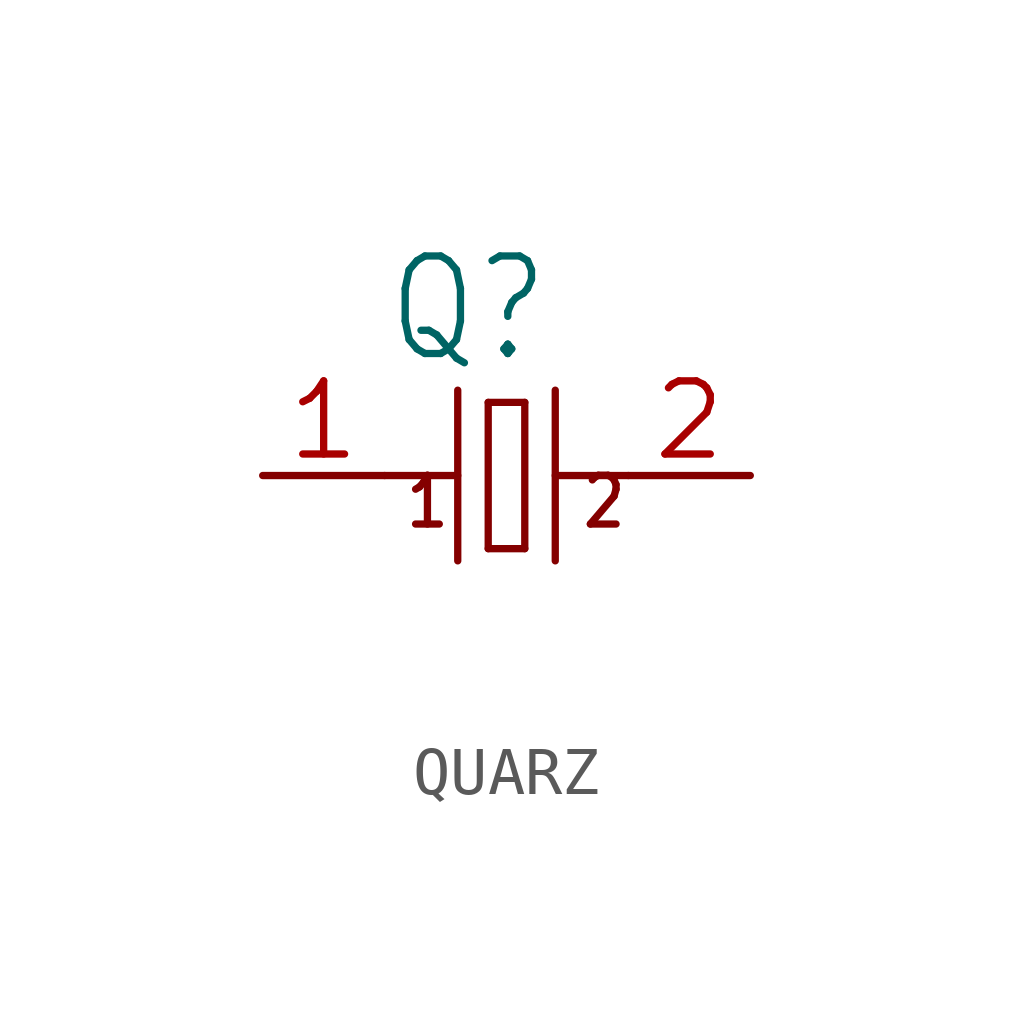
<source format=kicad_sym>
(kicad_symbol_lib
  (version 20241209)
  (generator "kicad_symbol_editor")
  (generator_version "9.0")
  (symbol "QUARZ"
    (property "Reference" "Q"
      (at -2.54 2.286 0)
      (effects (font (size 2.032 1.727)) (justify left bottom)))
    (property "Value" ""
      (at -2.54 -4.318 0)
      (effects (font (size 2.032 1.727)) (justify left bottom)))
    (property "ki_locked" ""
      (at 0 0 0)
      (effects (font (size 1.27 1.27))))
    (symbol "QUARZ_1_0"
      (polyline (pts (xy -2.54 0) (xy -1.016 0)) (stroke (width 0.152) (type solid)) (fill (type none)))
      (polyline (pts (xy -1.016 1.778) (xy -1.016 -1.778)) (stroke (width 0.152) (type solid)) (fill (type none)))
      (polyline (pts (xy -0.381 1.524) (xy -0.381 -1.524)) (stroke (width 0.152) (type solid)) (fill (type none)))
      (polyline (pts (xy -0.381 -1.524) (xy 0.381 -1.524)) (stroke (width 0.152) (type solid)) (fill (type none)))
      (polyline (pts (xy 0.381 1.524) (xy -0.381 1.524)) (stroke (width 0.152) (type solid)) (fill (type none)))
      (polyline (pts (xy 0.381 -1.524) (xy 0.381 1.524)) (stroke (width 0.152) (type solid)) (fill (type none)))
      (polyline (pts (xy 1.016 1.778) (xy 1.016 -1.778)) (stroke (width 0.152) (type solid)) (fill (type none)))
      (polyline (pts (xy 1.016 0) (xy 2.54 0)) (stroke (width 0.152) (type solid)) (fill (type none)))
      (text "1" (at -2.159 -1.143 0) (effects (font (size 1.016 0.864)) (justify left bottom)))
      (text "2" (at 1.524 -1.143 0) (effects (font (size 1.016 0.864)) (justify left bottom)))
      (pin passive line (at -5.08 0 0) (length 2.54) (name "1" (effects (font (size 0 0)))) (number "1" (effects (font (size 1.524 1.524)))))
      (pin passive line (at 5.08 0 180) (length 2.54) (name "2" (effects (font (size 0 0)))) (number "2" (effects (font (size 1.524 1.524))))))))
</source>
